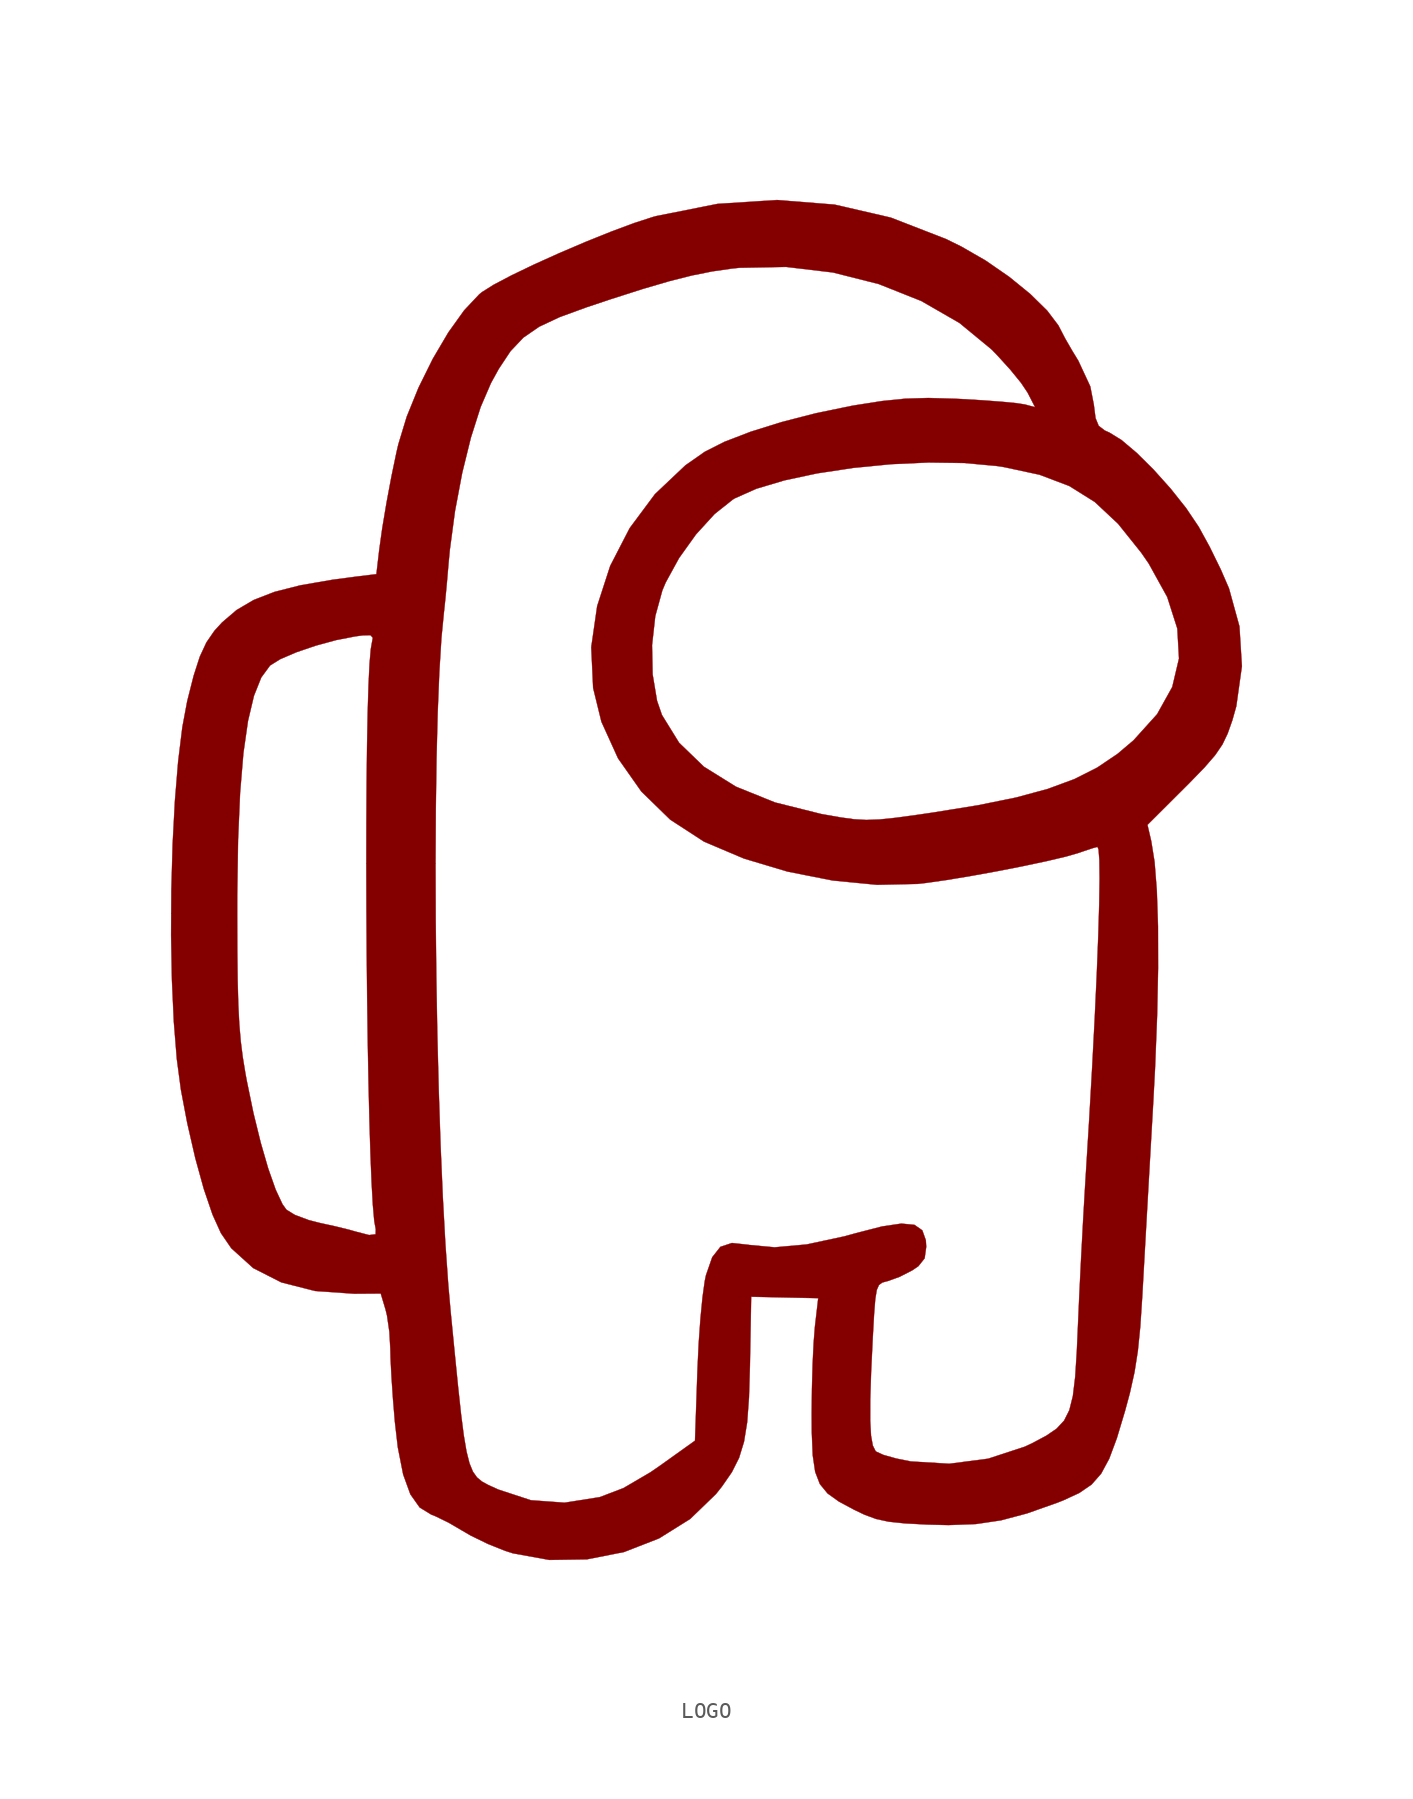
<source format=kicad_sym>
(kicad_symbol_lib
  (version 20220914)
  (generator bitmap2component)
  (symbol "LOGO"
    (pin_names
      (offset 1.016))
    (property "Reference" "#G"
      (at 0 41.788 0)
      (effects (font (size 1.27 1.27)) hide))
    (symbol "LOGO_0_0"
      (polyline (pts (xy -7.431 -42.655) (xy -5.111 -42.198) (xy -2.925 -41.347) (xy -0.976 -40.13) (xy 0.633 -38.575) (xy 1.01 -38.101) (xy 1.629 -37.207) (xy 2.08 -36.31) (xy 2.389 -35.303) (xy 2.587 -34.08) (xy 2.7 -32.531) (xy 2.759 -30.55) (xy 2.837 -26.238) (xy 4.933 -26.282) (xy 7.029 -26.327) (xy 6.824 -28.093) (xy 6.819 -28.139) (xy 6.742 -29.126) (xy 6.678 -30.471) (xy 6.636 -32.005) (xy 6.62 -33.555) (xy 6.627 -34.729) (xy 6.685 -36.146) (xy 6.839 -37.187) (xy 7.133 -37.95) (xy 7.612 -38.535) (xy 8.318 -39.041) (xy 9.298 -39.567) (xy 9.92 -39.863) (xy 10.645 -40.131) (xy 11.435 -40.302) (xy 12.448 -40.408) (xy 13.843 -40.481) (xy 15.165 -40.514) (xy 16.882 -40.45) (xy 18.452 -40.218) (xy 20.08 -39.785) (xy 21.97 -39.117) (xy 22.343 -38.971) (xy 23.347 -38.508) (xy 24.116 -37.982) (xy 24.718 -37.298) (xy 25.222 -36.363) (xy 25.698 -35.086) (xy 26.213 -33.371) (xy 26.515 -32.251) (xy 26.804 -30.951) (xy 27.012 -29.625) (xy 27.165 -28.102) (xy 27.289 -26.211) (xy 27.362 -24.902) (xy 27.463 -23.094) (xy 27.582 -20.983) (xy 27.712 -18.69) (xy 27.846 -16.339) (xy 27.977 -14.051) (xy 28.088 -11.947) (xy 28.217 -8.668) (xy 28.278 -5.692) (xy 28.272 -3.067) (xy 28.198 -0.839) (xy 28.058 0.946) (xy 27.851 2.241) (xy 27.613 3.265) (xy 29.972 5.618) (xy 30.234 5.88) (xy 31.186 6.861) (xy 31.845 7.623) (xy 32.297 8.286) (xy 32.626 8.972) (xy 32.919 9.801) (xy 33.167 10.681) (xy 33.517 13.183) (xy 33.364 15.671) (xy 32.71 18.048) (xy 32.195 19.235) (xy 31.502 20.649) (xy 30.818 21.896) (xy 30.803 21.92) (xy 30.03 23.067) (xy 29.063 24.285) (xy 28 25.471) (xy 26.941 26.521) (xy 25.985 27.329) (xy 25.229 27.793) (xy 24.945 27.92) (xy 24.563 28.213) (xy 24.367 28.694) (xy 24.259 29.54) (xy 24.037 30.679) (xy 23.286 32.291) (xy 22.926 32.879) (xy 22.462 33.682) (xy 22.172 34.242) (xy 22.044 34.49) (xy 21.343 35.416) (xy 20.284 36.457) (xy 18.968 37.528) (xy 17.497 38.545) (xy 15.973 39.422) (xy 15.013 39.894) (xy 11.562 41.233) (xy 8.045 42.045) (xy 4.444 42.33) (xy 0.736 42.09) (xy -3.097 41.328) (xy -3.299 41.273) (xy -4.469 40.895) (xy -5.908 40.359) (xy -7.507 39.716) (xy -9.153 39.014) (xy -10.735 38.3) (xy -12.143 37.623) (xy -13.264 37.033) (xy -13.988 36.577) (xy -14.166 36.433) (xy -15.108 35.433) (xy -16.098 34.05) (xy -17.069 32.402) (xy -17.957 30.608) (xy -18.697 28.788) (xy -19.223 27.058) (xy -19.332 26.592) (xy -19.646 25.091) (xy -19.96 23.417) (xy -20.23 21.803) (xy -20.415 20.481) (xy -20.595 18.939) (xy -21.849 18.787) (xy -23.327 18.591) (xy -25.353 18.241) (xy -26.974 17.828) (xy -28.272 17.323) (xy -29.334 16.698) (xy -30.241 15.924) (xy -30.721 15.399) (xy -31.222 14.672) (xy -31.636 13.78) (xy -32.018 12.597) (xy -32.422 11.003) (xy -32.728 9.367) (xy -32.99 7.231) (xy -33.193 4.758) (xy -33.335 2.053) (xy -33.414 -0.782) (xy -33.423 -2.297) (xy -29.299 -2.297) (xy -29.297 -1.146) (xy -29.244 2.322) (xy -29.116 5.283) (xy -28.909 7.758) (xy -28.622 9.768) (xy -28.25 11.335) (xy -27.793 12.48) (xy -27.245 13.226) (xy -27.236 13.233) (xy -26.61 13.623) (xy -25.61 14.053) (xy -24.39 14.469) (xy -23.106 14.819) (xy -21.912 15.05) (xy -21.449 15.112) (xy -20.964 15.125) (xy -20.819 14.963) (xy -20.891 14.567) (xy -20.946 14.247) (xy -21.024 13.336) (xy -21.088 11.99) (xy -21.14 10.264) (xy -21.179 8.217) (xy -21.206 5.906) (xy -21.221 3.388) (xy -21.225 0.845) (xy -16.898 0.845) (xy -16.881 4.212) (xy -16.837 7.373) (xy -16.764 10.261) (xy -16.661 12.808) (xy -16.529 14.95) (xy -16.366 16.618) (xy -16.357 16.688) (xy -16.281 17.413) (xy -16.184 18.447) (xy -16.086 19.59) (xy -16.004 20.459) (xy -15.68 22.886) (xy -15.231 25.266) (xy -14.687 27.475) (xy -14.077 29.392) (xy -13.43 30.891) (xy -12.941 31.779) (xy -12.208 32.883) (xy -11.405 33.73) (xy -10.418 34.41) (xy -9.132 35.014) (xy -7.431 35.634) (xy -5.942 36.131) (xy -3.933 36.774) (xy -2.269 37.261) (xy -0.853 37.618) (xy 0.412 37.87) (xy 1.621 38.044) (xy 2.096 38.094) (xy 5.018 38.149) (xy 7.953 37.8) (xy 10.804 37.08) (xy 13.471 36.019) (xy 15.856 34.646) (xy 17.861 32.994) (xy 18.202 32.645) (xy 19.032 31.732) (xy 19.71 30.9) (xy 20.117 30.293) (xy 20.59 29.376) (xy 19.955 29.547) (xy 19.949 29.549) (xy 19.429 29.629) (xy 18.502 29.719) (xy 17.297 29.81) (xy 15.943 29.889) (xy 15.586 29.906) (xy 13.902 29.953) (xy 12.462 29.91) (xy 11.018 29.763) (xy 9.322 29.497) (xy 9.107 29.459) (xy 6.894 29.003) (xy 4.754 28.453) (xy 2.803 27.843) (xy 1.158 27.21) (xy -0.065 26.59) (xy -1.273 25.745) (xy -3.176 23.945) (xy -4.758 21.819) (xy -5.977 19.456) (xy -6.792 16.944) (xy -7.143 14.503) (xy -3.361 14.503) (xy -3.159 16.314) (xy -2.718 17.922) (xy -2.51 18.415) (xy -1.67 19.949) (xy -0.61 21.429) (xy 0.551 22.701) (xy 1.691 23.607) (xy 1.824 23.686) (xy 3.158 24.279) (xy 4.909 24.802) (xy 6.97 25.242) (xy 9.234 25.584) (xy 11.593 25.815) (xy 13.94 25.921) (xy 16.168 25.889) (xy 18.17 25.705) (xy 18.638 25.634) (xy 20.869 25.155) (xy 22.721 24.453) (xy 24.317 23.455) (xy 25.778 22.088) (xy 27.226 20.279) (xy 27.694 19.601) (xy 28.849 17.511) (xy 29.48 15.537) (xy 29.585 13.666) (xy 29.164 11.886) (xy 28.217 10.185) (xy 26.743 8.551) (xy 25.738 7.7) (xy 24.47 6.845) (xy 23.041 6.124) (xy 21.376 5.509) (xy 19.398 4.974) (xy 17.03 4.492) (xy 14.199 4.034) (xy 13.209 3.889) (xy 11.871 3.707) (xy 10.857 3.602) (xy 10.034 3.572) (xy 9.271 3.615) (xy 8.435 3.729) (xy 7.393 3.912) (xy 7.203 3.947) (xy 4.33 4.665) (xy 1.884 5.653) (xy -0.12 6.9) (xy -1.668 8.396) (xy -2.742 10.133) (xy -3.049 11.025) (xy -3.325 12.677) (xy -3.361 14.503) (xy -7.143 14.503) (xy -7.162 14.37) (xy -7.044 11.822) (xy -6.527 9.714) (xy -5.487 7.423) (xy -4.031 5.352) (xy -2.225 3.591) (xy -0.135 2.232) (xy -0.07 2.199) (xy 2.381 1.16) (xy 5.107 0.344) (xy 7.939 -0.215) (xy 10.707 -0.483) (xy 13.241 -0.427) (xy 13.765 -0.367) (xy 15.055 -0.183) (xy 16.584 0.071) (xy 18.224 0.369) (xy 19.846 0.687) (xy 21.32 1) (xy 22.518 1.283) (xy 23.31 1.512) (xy 23.579 1.605) (xy 24.195 1.81) (xy 24.488 1.891) (xy 24.556 1.726) (xy 24.607 1.059) (xy 24.62 -0.088) (xy 24.597 -1.682) (xy 24.537 -3.689) (xy 24.443 -6.078) (xy 24.316 -8.814) (xy 24.157 -11.865) (xy 23.967 -15.198) (xy 23.747 -18.78) (xy 23.712 -19.341) (xy 23.591 -21.447) (xy 23.467 -23.773) (xy 23.354 -26.073) (xy 23.265 -28.102) (xy 23.196 -29.654) (xy 23.095 -31.247) (xy 22.95 -32.446) (xy 22.729 -33.33) (xy 22.401 -33.983) (xy 21.933 -34.486) (xy 21.296 -34.921) (xy 20.456 -35.37) (xy 19.949 -35.611) (xy 17.655 -36.363) (xy 15.219 -36.68) (xy 12.819 -36.535) (xy 11.915 -36.354) (xy 11.107 -36.128) (xy 10.652 -35.921) (xy 10.61 -35.88) (xy 10.441 -35.542) (xy 10.331 -34.931) (xy 10.278 -33.995) (xy 10.28 -32.678) (xy 10.336 -30.93) (xy 10.444 -28.697) (xy 10.445 -28.686) (xy 10.522 -27.316) (xy 10.595 -26.391) (xy 10.688 -25.817) (xy 10.826 -25.502) (xy 11.033 -25.35) (xy 11.333 -25.268) (xy 11.378 -25.258) (xy 12.123 -24.989) (xy 12.914 -24.584) (xy 13.288 -24.33) (xy 13.682 -23.835) (xy 13.781 -23.117) (xy 13.756 -22.705) (xy 13.536 -22.086) (xy 13.044 -21.743) (xy 12.225 -21.665) (xy 11.026 -21.841) (xy 9.394 -22.261) (xy 8.672 -22.46) (xy 6.306 -22.968) (xy 4.306 -23.148) (xy 2.702 -22.999) (xy 2.655 -22.989) (xy 1.634 -22.878) (xy 0.913 -23.117) (xy 0.402 -23.767) (xy 0.01 -24.894) (xy -0.065 -25.254) (xy -0.205 -26.266) (xy -0.336 -27.614) (xy -0.446 -29.167) (xy -0.522 -30.791) (xy -0.675 -35.237) (xy -2.855 -36.794) (xy -3.463 -37.214) (xy -5.151 -38.202) (xy -6.627 -38.766) (xy -8.828 -39.114) (xy -10.935 -38.961) (xy -12.97 -38.293) (xy -13.121 -38.224) (xy -13.598 -38.008) (xy -13.987 -37.797) (xy -14.303 -37.536) (xy -14.562 -37.171) (xy -14.776 -36.648) (xy -14.961 -35.913) (xy -15.131 -34.911) (xy -15.301 -33.589) (xy -15.485 -31.892) (xy -15.698 -29.766) (xy -15.954 -27.156) (xy -16.097 -25.548) (xy -16.282 -22.924) (xy -16.444 -19.973) (xy -16.582 -16.763) (xy -16.696 -13.361) (xy -16.786 -9.832) (xy -16.849 -6.244) (xy -16.887 -2.663) (xy -16.898 0.845) (xy -21.225 0.845) (xy -21.225 0.721) (xy -21.218 -2.037) (xy -21.2 -4.83) (xy -21.172 -7.599) (xy -21.135 -10.288) (xy -21.088 -12.839) (xy -21.032 -15.193) (xy -20.968 -17.295) (xy -20.896 -19.086) (xy -20.816 -20.509) (xy -20.728 -21.507) (xy -20.634 -22.022) (xy -20.644 -22.332) (xy -21.048 -22.382) (xy -21.887 -22.166) (xy -22.29 -22.051) (xy -23.155 -21.838) (xy -24.141 -21.622) (xy -24.833 -21.444) (xy -25.685 -21.125) (xy -26.218 -20.799) (xy -26.466 -20.455) (xy -26.893 -19.541) (xy -27.356 -18.231) (xy -27.827 -16.607) (xy -28.283 -14.752) (xy -28.696 -12.752) (xy -28.783 -12.28) (xy -28.949 -11.268) (xy -29.075 -10.273) (xy -29.167 -9.201) (xy -29.23 -7.961) (xy -29.27 -6.458) (xy -29.291 -4.601) (xy -29.299 -2.297) (xy -33.423 -2.297) (xy -33.43 -3.644) (xy -33.379 -6.43) (xy -33.261 -9.037) (xy -33.074 -11.362) (xy -32.816 -13.302) (xy -32.419 -15.39) (xy -31.919 -17.567) (xy -31.384 -19.504) (xy -30.84 -21.101) (xy -30.316 -22.259) (xy -29.666 -23.207) (xy -28.297 -24.445) (xy -26.54 -25.34) (xy -24.426 -25.879) (xy -21.983 -26.049) (xy -20.323 -26.037) (xy -20.024 -27.033) (xy -19.932 -27.411) (xy -19.784 -28.427) (xy -19.725 -29.485) (xy -19.71 -30.094) (xy -19.651 -31.253) (xy -19.558 -32.632) (xy -19.441 -34.047) (xy -19.256 -35.65) (xy -18.921 -37.349) (xy -18.471 -38.59) (xy -17.889 -39.413) (xy -17.159 -39.861) (xy -16.901 -39.961) (xy -16.077 -40.363) (xy -15.222 -40.864) (xy -14.691 -41.173) (xy -13.61 -41.698) (xy -12.52 -42.133) (xy -12.062 -42.279) (xy -9.782 -42.692) (xy -7.431 -42.655)) (stroke (width 0.01) (type default)) (fill (type outline))))))
</source>
